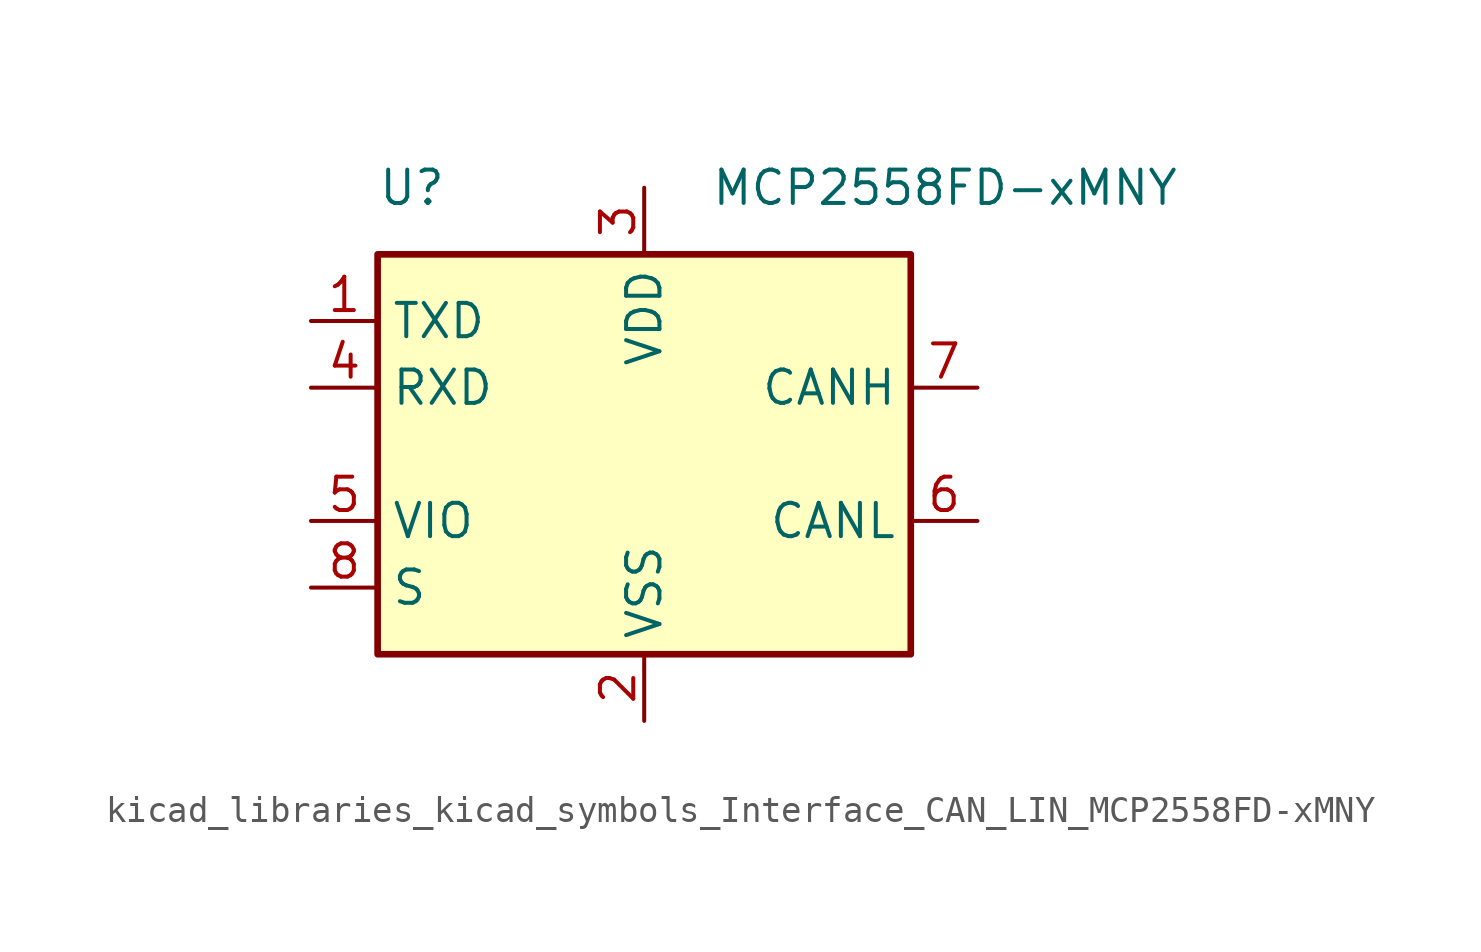
<source format=kicad_sym>
(kicad_symbol_lib
  (version 20220914)
  (generator kicad_symbol_editor)
  (symbol "kicad_libraries_kicad_symbols_Interface_CAN_LIN_MCP2558FD-xMNY"
    (property "Reference" "U"
      (at -10.16 10.16 0)
      (effects (font (size 1.27 1.27)) (justify left)))
    (property "Value" "MCP2558FD-xMNY"
      (at 2.54 10.16 0)
      (effects (font (size 1.27 1.27)) (justify left)))
    (symbol "kicad_libraries_kicad_symbols_Interface_CAN_LIN_MCP2558FD-xMNY_0_1"
      (rectangle (start -10.16 7.62) (end 10.16 -7.62) (stroke (width 0.254) (type default)) (fill (type background))))
    (symbol "kicad_libraries_kicad_symbols_Interface_CAN_LIN_MCP2558FD-xMNY_1_1"
      (pin input line (at -12.7 5.08 0) (length 2.54) (name "TXD" (effects (font (size 1.27 1.27)))) (number "1" (effects (font (size 1.27 1.27)))))
      (pin power_in line (at 0 -10.16 90) (length 2.54) (name "VSS" (effects (font (size 1.27 1.27)))) (number "2" (effects (font (size 1.27 1.27)))))
      (pin power_in line (at 0 10.16 270) (length 2.54) (name "VDD" (effects (font (size 1.27 1.27)))) (number "3" (effects (font (size 1.27 1.27)))))
      (pin output line (at -12.7 2.54 0) (length 2.54) (name "RXD" (effects (font (size 1.27 1.27)))) (number "4" (effects (font (size 1.27 1.27)))))
      (pin power_in line (at -12.7 -2.54 0) (length 2.54) (name "VIO" (effects (font (size 1.27 1.27)))) (number "5" (effects (font (size 1.27 1.27)))))
      (pin bidirectional line (at 12.7 -2.54 180) (length 2.54) (name "CANL" (effects (font (size 1.27 1.27)))) (number "6" (effects (font (size 1.27 1.27)))))
      (pin bidirectional line (at 12.7 2.54 180) (length 2.54) (name "CANH" (effects (font (size 1.27 1.27)))) (number "7" (effects (font (size 1.27 1.27)))))
      (pin input line (at -12.7 -5.08 0) (length 2.54) (name "S" (effects (font (size 1.27 1.27)))) (number "8" (effects (font (size 1.27 1.27)))))
      (pin passive line (at 0 -10.16 90) (length 2.54) hide (name "VSS" (effects (font (size 1.27 1.27)))) (number "9" (effects (font (size 1.27 1.27))))))))
</source>
